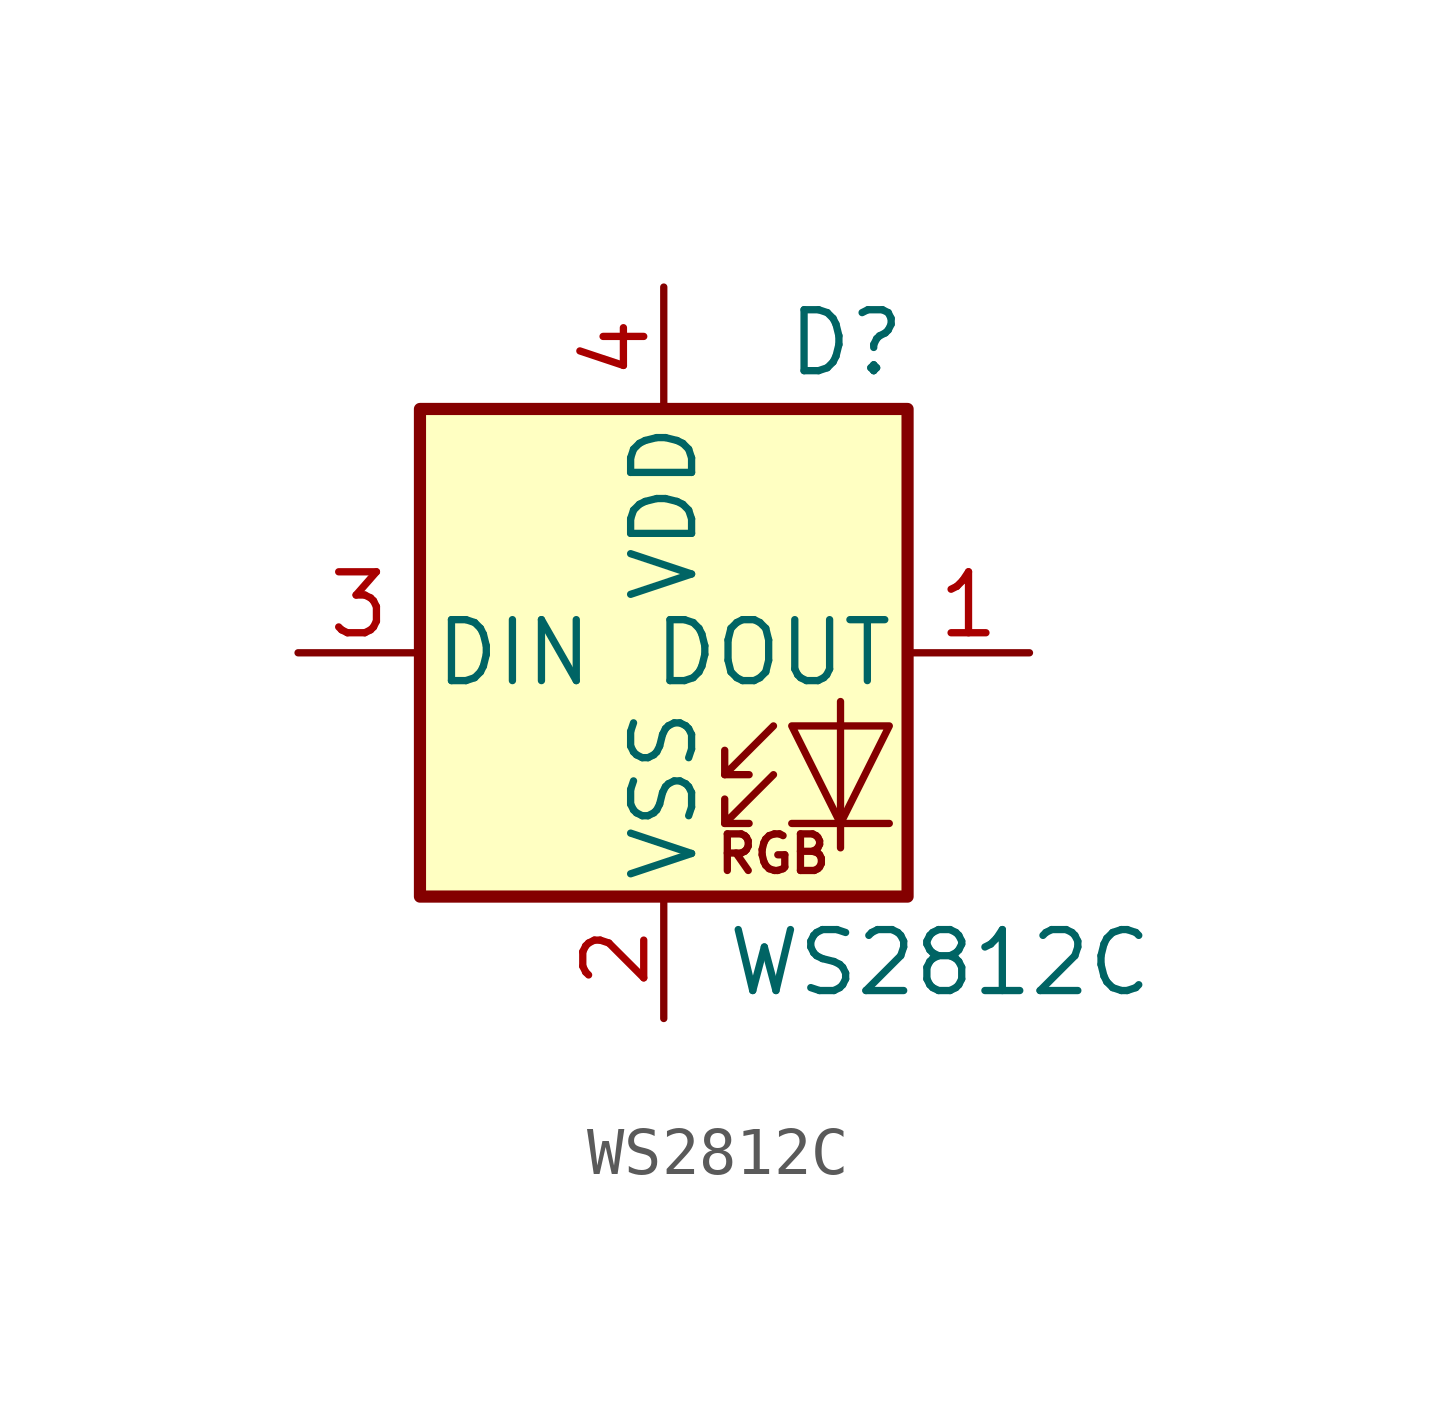
<source format=kicad_sym>
(kicad_symbol_lib
  (version 20211014)
  (generator kicad_symbol_editor)
  (symbol "WS2812C"
    (pin_names
      (offset 0.254))
    (property "Reference" "D"
      (at 5.08 5.715 0)
      (effects (font (size 1.27 1.27)) (justify right bottom)))
    (property "Value" "WS2812C"
      (at 1.27 -5.715 0)
      (effects (font (size 1.27 1.27)) (justify left top)))
    (symbol "WS2812C_0_0"
      (text "RGB" (at 2.286 -4.191 0) (effects (font (size 0.762 0.762)))))
    (symbol "WS2812C_0_1"
      (polyline (pts (xy 1.27 -3.556) (xy 1.778 -3.556)) (stroke (width 0) (type default) (color 0 0 0 0)) (fill (type none)))
      (polyline (pts (xy 1.27 -2.54) (xy 1.778 -2.54)) (stroke (width 0) (type default) (color 0 0 0 0)) (fill (type none)))
      (polyline (pts (xy 4.699 -3.556) (xy 2.667 -3.556)) (stroke (width 0) (type default) (color 0 0 0 0)) (fill (type none)))
      (polyline (pts (xy 2.286 -2.54) (xy 1.27 -3.556) (xy 1.27 -3.048)) (stroke (width 0) (type default) (color 0 0 0 0)) (fill (type none)))
      (polyline (pts (xy 2.286 -1.524) (xy 1.27 -2.54) (xy 1.27 -2.032)) (stroke (width 0) (type default) (color 0 0 0 0)) (fill (type none)))
      (polyline (pts (xy 3.683 -1.016) (xy 3.683 -3.556) (xy 3.683 -4.064)) (stroke (width 0) (type default) (color 0 0 0 0)) (fill (type none)))
      (polyline (pts (xy 4.699 -1.524) (xy 2.667 -1.524) (xy 3.683 -3.556) (xy 4.699 -1.524)) (stroke (width 0) (type default) (color 0 0 0 0)) (fill (type none)))
      (rectangle (start 5.08 5.08) (end -5.08 -5.08) (stroke (width 0.254) (type default) (color 0 0 0 0)) (fill (type background))))
    (symbol "WS2812C_1_1"
      (pin output line (at 7.62 0 180) (length 2.54) (name "DOUT" (effects (font (size 1.27 1.27)))) (number "1" (effects (font (size 1.27 1.27)))))
      (pin power_in line (at 0 -7.62 90) (length 2.54) (name "VSS" (effects (font (size 1.27 1.27)))) (number "2" (effects (font (size 1.27 1.27)))))
      (pin input line (at -7.62 0 0) (length 2.54) (name "DIN" (effects (font (size 1.27 1.27)))) (number "3" (effects (font (size 1.27 1.27)))))
      (pin power_in line (at 0 7.62 270) (length 2.54) (name "VDD" (effects (font (size 1.27 1.27)))) (number "4" (effects (font (size 1.27 1.27))))))))
</source>
